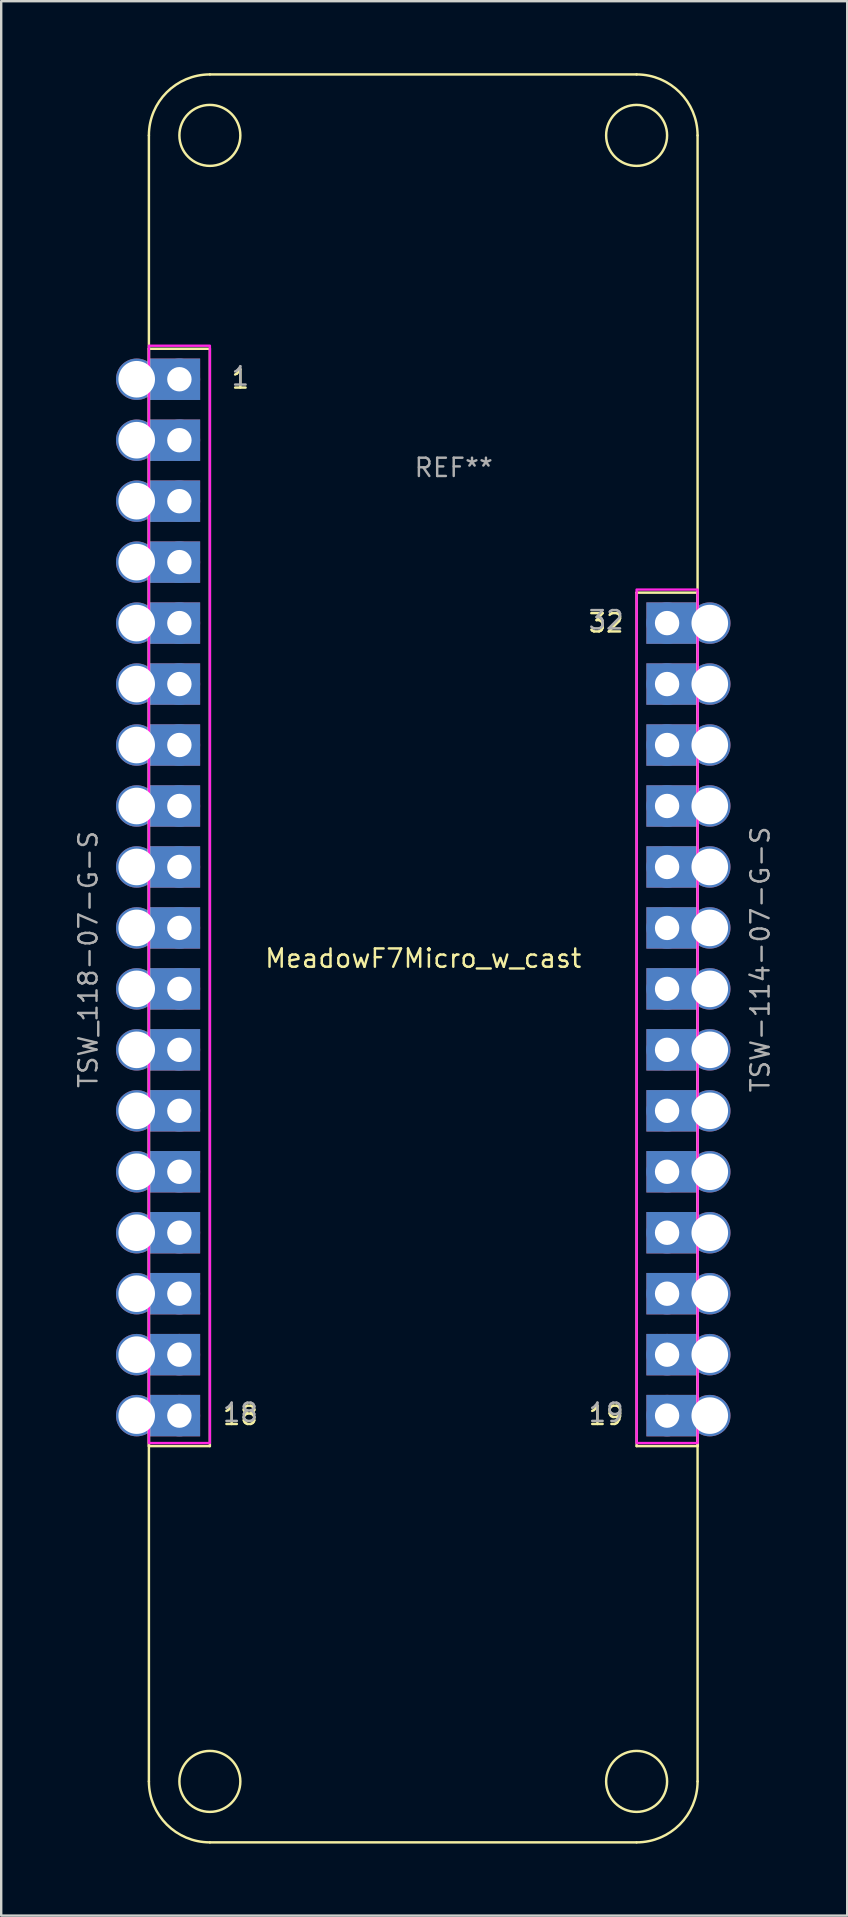
<source format=kicad_pcb>
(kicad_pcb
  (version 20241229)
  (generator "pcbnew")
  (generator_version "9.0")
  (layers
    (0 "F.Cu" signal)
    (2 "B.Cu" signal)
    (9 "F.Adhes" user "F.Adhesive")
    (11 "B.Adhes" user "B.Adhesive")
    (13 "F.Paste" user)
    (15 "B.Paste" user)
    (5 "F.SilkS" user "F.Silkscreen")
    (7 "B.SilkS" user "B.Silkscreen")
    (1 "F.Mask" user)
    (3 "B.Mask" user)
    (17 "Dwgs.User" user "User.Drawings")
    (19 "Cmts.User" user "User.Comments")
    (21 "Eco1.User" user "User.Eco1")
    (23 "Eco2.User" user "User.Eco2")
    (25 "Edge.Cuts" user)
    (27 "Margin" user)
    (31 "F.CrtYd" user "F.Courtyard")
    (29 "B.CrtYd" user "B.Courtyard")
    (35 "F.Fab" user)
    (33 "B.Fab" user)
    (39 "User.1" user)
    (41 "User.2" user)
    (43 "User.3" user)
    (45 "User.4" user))
  (footprint "MeadowF7Micro_w_cast"
    (layer "F.Cu")
    (at 4.424 12.624)
    (property "Reference" "MeadowF7Micro_w_cast" (at 10.16 24.257 0) (layer "F.SilkS") (effects (font (size 0.762 0.762) (thickness 0.102))))
    (attr through_hole)
    (fp_line (start -1.27 -10.033) (end -1.27 58.547) (stroke (width 0.102) (type solid)) (layer "F.SilkS"))
    (fp_line (start -1.27 -1.143) (end -1.27 44.577) (stroke (width 0.102) (type solid)) (layer "F.SilkS"))
    (fp_line (start -1.27 44.577) (end 1.27 44.577) (stroke (width 0.102) (type solid)) (layer "F.SilkS"))
    (fp_line (start 1.27 -1.143) (end -1.27 -1.143) (stroke (width 0.102) (type solid)) (layer "F.SilkS"))
    (fp_line (start 1.27 44.577) (end 1.27 -1.143) (stroke (width 0.102) (type solid)) (layer "F.SilkS"))
    (fp_line (start 1.27 61.087) (end 19.05 61.087) (stroke (width 0.102) (type solid)) (layer "F.SilkS"))
    (fp_line (start 19.05 -12.573) (end 1.27 -12.573) (stroke (width 0.102) (type solid)) (layer "F.SilkS"))
    (fp_line (start 19.05 9.017) (end 19.05 44.577) (stroke (width 0.102) (type solid)) (layer "F.SilkS"))
    (fp_line (start 19.05 44.577) (end 21.59 44.577) (stroke (width 0.102) (type solid)) (layer "F.SilkS"))
    (fp_line (start 21.59 9.017) (end 19.05 9.017) (stroke (width 0.102) (type solid)) (layer "F.SilkS"))
    (fp_line (start 21.59 44.577) (end 21.59 9.017) (stroke (width 0.102) (type solid)) (layer "F.SilkS"))
    (fp_line (start 21.59 58.547) (end 21.59 -10.033) (stroke (width 0.102) (type solid)) (layer "F.SilkS"))
    (fp_arc (start -1.27 -10.033) (mid -0.526051 -11.829051) (end 1.27 -12.573) (stroke (width 0.1016) (type solid)) (layer "F.SilkS"))
    (fp_arc (start 1.27 61.087) (mid -0.526051 60.343051) (end -1.27 58.547) (stroke (width 0.1016) (type solid)) (layer "F.SilkS"))
    (fp_arc (start 19.05 -12.573) (mid 20.846051 -11.829051) (end 21.59 -10.033) (stroke (width 0.1016) (type solid)) (layer "F.SilkS"))
    (fp_arc (start 21.59 58.547) (mid 20.846051 60.343051) (end 19.05 61.087) (stroke (width 0.1016) (type solid)) (layer "F.SilkS"))
    (fp_circle (center 1.27 -10.033) (end 2.54 -10.033) (stroke (width 0.102) (type solid)) (fill no) (layer "F.SilkS"))
    (fp_circle (center 1.27 58.547) (end 2.54 58.547) (stroke (width 0.102) (type solid)) (fill no) (layer "F.SilkS"))
    (fp_circle (center 19.05 -10.033) (end 20.32 -10.033) (stroke (width 0.102) (type solid)) (fill no) (layer "F.SilkS"))
    (fp_circle (center 19.05 58.547) (end 20.32 58.547) (stroke (width 0.102) (type solid)) (fill no) (layer "F.SilkS"))
    (fp_poly (pts (xy 1.27 44.45) (xy -1.27 44.45) (xy -1.27 -1.27) (xy 1.27 -1.27)) (stroke (width 0.1) (type solid)) (fill no) (layer "F.CrtYd"))
    (fp_poly (pts (xy 21.59 44.45) (xy 19.05 44.45) (xy 19.05 8.89) (xy 21.59 8.89)) (stroke (width 0.1) (type solid)) (fill no) (layer "F.CrtYd"))
    (fp_text user "18" (at 2.54 43.307 0) (layer "F.SilkS") (effects (font (size 0.762 0.762) (thickness 0.102))))
    (fp_text user "19" (at 17.78 43.307 0) (layer "F.SilkS") (effects (font (size 0.762 0.762) (thickness 0.102))))
    (fp_text user "32" (at 17.78 10.287 0) (layer "F.SilkS") (effects (font (size 0.762 0.762) (thickness 0.102))))
    (fp_text user "1" (at 2.54 0.127 0) (layer "F.SilkS") (effects (font (size 0.762 0.762) (thickness 0.102))))
    (fp_text user "32" (at 17.78 10.16 0) (layer "F.Fab") (effects (font (size 0.762 0.762) (thickness 0.102))))
    (fp_text user "19" (at 17.78 43.18 0) (layer "F.Fab") (effects (font (size 0.762 0.762) (thickness 0.102))))
    (fp_text user "REF**" (at 11.43 3.81 0) (layer "F.Fab") (effects (font (size 0.762 0.762) (thickness 0.102))))
    (fp_text user "TSW-114-07-G-S" (at 24.2 24.3 90) (layer "F.Fab") (effects (font (size 0.762 0.762) (thickness 0.102))))
    (fp_text user "TSW_118-07-G-S" (at -3.8 24.3 90) (layer "F.Fab") (effects (font (size 0.762 0.762) (thickness 0.102))))
    (fp_text user "1" (at 2.54 0 0) (layer "F.Fab") (effects (font (size 0.762 0.762) (thickness 0.102))))
    (fp_text user "18" (at 2.54 43.18 0) (layer "F.Fab") (effects (font (size 0.762 0.762) (thickness 0.102))))
    (pad "1" thru_hole circle (at -1.778 0.127) (size 1.727 1.727) (drill 1.524) (layers "*.Cu" "*.Mask"))
    (pad "1" smd rect (at -0.203 0.127) (size 2.134 1.727) (layers "F.Cu" "F.Mask"))
    (pad "1" smd rect (at -0.203 0.127) (size 2.134 1.727) (layers "B.Cu" "B.Mask" "B.Paste"))
    (pad "1" thru_hole circle (at 0 0.127) (size 1.727 1.727) (drill 1.016) (layers "*.Cu" "*.Mask"))
    (pad "2" thru_hole circle (at -1.778 2.667) (size 1.727 1.727) (drill 1.524) (layers "*.Cu" "*.Mask"))
    (pad "2" smd rect (at -0.203 2.667) (size 2.134 1.727) (layers "F.Cu" "F.Mask"))
    (pad "2" smd rect (at -0.203 2.667) (size 2.134 1.727) (layers "B.Cu" "B.Mask" "B.Paste"))
    (pad "2" thru_hole circle (at 0 2.667) (size 1.727 1.727) (drill 1.016) (layers "*.Cu" "*.Mask"))
    (pad "3" thru_hole circle (at -1.778 5.207) (size 1.727 1.727) (drill 1.524) (layers "*.Cu" "*.Mask"))
    (pad "3" smd rect (at -0.203 5.207) (size 2.134 1.727) (layers "F.Cu" "F.Mask"))
    (pad "3" smd rect (at -0.203 5.207) (size 2.134 1.727) (layers "B.Cu" "B.Mask" "B.Paste"))
    (pad "3" thru_hole circle (at 0 5.207) (size 1.727 1.727) (drill 1.016) (layers "*.Cu" "*.Mask"))
    (pad "4" thru_hole circle (at -1.778 7.747) (size 1.727 1.727) (drill 1.524) (layers "*.Cu" "*.Mask"))
    (pad "4" smd rect (at -0.203 7.747) (size 2.134 1.727) (layers "F.Cu" "F.Mask"))
    (pad "4" smd rect (at -0.203 7.747) (size 2.134 1.727) (layers "B.Cu" "B.Mask" "B.Paste"))
    (pad "4" thru_hole circle (at 0 7.747) (size 1.727 1.727) (drill 1.016) (layers "*.Cu" "*.Mask"))
    (pad "5" thru_hole circle (at -1.778 10.287) (size 1.727 1.727) (drill 1.524) (layers "*.Cu" "*.Mask"))
    (pad "5" smd rect (at -0.203 10.287) (size 2.134 1.727) (layers "F.Cu" "F.Mask"))
    (pad "5" smd rect (at -0.203 10.287) (size 2.134 1.727) (layers "B.Cu" "B.Mask" "B.Paste"))
    (pad "5" thru_hole circle (at 0 10.287) (size 1.727 1.727) (drill 1.016) (layers "*.Cu" "*.Mask"))
    (pad "6" thru_hole circle (at -1.778 12.827) (size 1.727 1.727) (drill 1.524) (layers "*.Cu" "*.Mask"))
    (pad "6" smd rect (at -0.203 12.827) (size 2.134 1.727) (layers "F.Cu" "F.Mask"))
    (pad "6" smd rect (at -0.203 12.827) (size 2.134 1.727) (layers "B.Cu" "B.Mask" "B.Paste"))
    (pad "6" thru_hole circle (at 0 12.827) (size 1.727 1.727) (drill 1.016) (layers "*.Cu" "*.Mask"))
    (pad "7" thru_hole circle (at -1.778 15.367) (size 1.727 1.727) (drill 1.524) (layers "*.Cu" "*.Mask"))
    (pad "7" smd rect (at -0.203 15.367) (size 2.134 1.727) (layers "F.Cu" "F.Mask"))
    (pad "7" smd rect (at -0.203 15.367) (size 2.134 1.727) (layers "B.Cu" "B.Mask" "B.Paste"))
    (pad "7" thru_hole circle (at 0 15.367) (size 1.727 1.727) (drill 1.016) (layers "*.Cu" "*.Mask"))
    (pad "8" thru_hole circle (at -1.778 17.907) (size 1.727 1.727) (drill 1.524) (layers "*.Cu" "*.Mask"))
    (pad "8" smd rect (at -0.203 17.907) (size 2.134 1.727) (layers "F.Cu" "F.Mask"))
    (pad "8" smd rect (at -0.203 17.907) (size 2.134 1.727) (layers "B.Cu" "B.Mask" "B.Paste"))
    (pad "8" thru_hole circle (at 0 17.907) (size 1.727 1.727) (drill 1.016) (layers "*.Cu" "*.Mask"))
    (pad "9" thru_hole circle (at -1.778 20.447) (size 1.727 1.727) (drill 1.524) (layers "*.Cu" "*.Mask"))
    (pad "9" smd rect (at -0.203 20.447) (size 2.134 1.727) (layers "F.Cu" "F.Mask"))
    (pad "9" smd rect (at -0.203 20.447) (size 2.134 1.727) (layers "B.Cu" "B.Mask" "B.Paste"))
    (pad "9" thru_hole circle (at 0 20.447) (size 1.727 1.727) (drill 1.016) (layers "*.Cu" "*.Mask"))
    (pad "10" thru_hole circle (at -1.778 22.987) (size 1.727 1.727) (drill 1.524) (layers "*.Cu" "*.Mask"))
    (pad "10" smd rect (at -0.203 22.987) (size 2.134 1.727) (layers "F.Cu" "F.Mask"))
    (pad "10" smd rect (at -0.203 22.987) (size 2.134 1.727) (layers "B.Cu" "B.Mask" "B.Paste"))
    (pad "10" thru_hole circle (at 0 22.987) (size 1.727 1.727) (drill 1.016) (layers "*.Cu" "*.Mask"))
    (pad "11" thru_hole circle (at -1.778 25.527) (size 1.727 1.727) (drill 1.524) (layers "*.Cu" "*.Mask"))
    (pad "11" smd rect (at -0.203 25.527) (size 2.134 1.727) (layers "F.Cu" "F.Mask"))
    (pad "11" smd rect (at -0.203 25.527) (size 2.134 1.727) (layers "B.Cu" "B.Mask" "B.Paste"))
    (pad "11" thru_hole circle (at 0 25.527) (size 1.727 1.727) (drill 1.016) (layers "*.Cu" "*.Mask"))
    (pad "12" thru_hole circle (at -1.778 28.067) (size 1.727 1.727) (drill 1.524) (layers "*.Cu" "*.Mask"))
    (pad "12" smd rect (at -0.203 28.067) (size 2.134 1.727) (layers "F.Cu" "F.Mask"))
    (pad "12" smd rect (at -0.203 28.067) (size 2.134 1.727) (layers "B.Cu" "B.Mask" "B.Paste"))
    (pad "12" thru_hole circle (at 0 28.067) (size 1.727 1.727) (drill 1.016) (layers "*.Cu" "*.Mask"))
    (pad "13" thru_hole circle (at -1.778 30.607) (size 1.727 1.727) (drill 1.524) (layers "*.Cu" "*.Mask"))
    (pad "13" smd rect (at -0.203 30.607) (size 2.134 1.727) (layers "F.Cu" "F.Mask"))
    (pad "13" smd rect (at -0.203 30.607) (size 2.134 1.727) (layers "B.Cu" "B.Mask" "B.Paste"))
    (pad "13" thru_hole circle (at 0 30.607) (size 1.727 1.727) (drill 1.016) (layers "*.Cu" "*.Mask"))
    (pad "14" thru_hole circle (at -1.778 33.147) (size 1.727 1.727) (drill 1.524) (layers "*.Cu" "*.Mask"))
    (pad "14" smd rect (at -0.203 33.147) (size 2.134 1.727) (layers "F.Cu" "F.Mask"))
    (pad "14" smd rect (at -0.203 33.147) (size 2.134 1.727) (layers "B.Cu" "B.Mask" "B.Paste"))
    (pad "14" thru_hole circle (at 0 33.147) (size 1.727 1.727) (drill 1.016) (layers "*.Cu" "*.Mask"))
    (pad "15" thru_hole circle (at -1.778 35.687) (size 1.727 1.727) (drill 1.524) (layers "*.Cu" "*.Mask"))
    (pad "15" smd rect (at -0.203 35.687) (size 2.134 1.727) (layers "F.Cu" "F.Mask"))
    (pad "15" smd rect (at -0.203 35.687) (size 2.134 1.727) (layers "B.Cu" "B.Mask" "B.Paste"))
    (pad "15" thru_hole circle (at 0 35.687) (size 1.727 1.727) (drill 1.016) (layers "*.Cu" "*.Mask"))
    (pad "16" thru_hole circle (at -1.778 38.227) (size 1.727 1.727) (drill 1.524) (layers "*.Cu" "*.Mask"))
    (pad "16" smd rect (at -0.203 38.227) (size 2.134 1.727) (layers "F.Cu" "F.Mask"))
    (pad "16" smd rect (at -0.203 38.227) (size 2.134 1.727) (layers "B.Cu" "B.Mask" "B.Paste"))
    (pad "16" thru_hole circle (at 0 38.227) (size 1.727 1.727) (drill 1.016) (layers "*.Cu" "*.Mask"))
    (pad "17" thru_hole circle (at -1.778 40.767) (size 1.727 1.727) (drill 1.524) (layers "*.Cu" "*.Mask"))
    (pad "17" smd rect (at -0.203 40.767) (size 2.134 1.727) (layers "F.Cu" "F.Mask"))
    (pad "17" smd rect (at -0.203 40.767) (size 2.134 1.727) (layers "B.Cu" "B.Mask" "B.Paste"))
    (pad "17" thru_hole circle (at 0 40.767) (size 1.727 1.727) (drill 1.016) (layers "*.Cu" "*.Mask"))
    (pad "18" thru_hole circle (at -1.778 43.307) (size 1.727 1.727) (drill 1.524) (layers "*.Cu" "*.Mask"))
    (pad "18" smd rect (at -0.203 43.307) (size 2.134 1.727) (layers "F.Cu" "F.Mask"))
    (pad "18" smd rect (at -0.203 43.307) (size 2.134 1.727) (layers "B.Cu" "B.Mask" "B.Paste"))
    (pad "18" thru_hole circle (at 0 43.307) (size 1.727 1.727) (drill 1.016) (layers "*.Cu" "*.Mask"))
    (pad "19" thru_hole circle (at 20.32 43.307 180) (size 1.727 1.727) (drill 1.016) (layers "*.Cu" "*.Mask"))
    (pad "19" smd rect (at 20.523 43.307 180) (size 2.134 1.727) (layers "F.Cu" "F.Mask"))
    (pad "19" smd rect (at 20.523 43.307 180) (size 2.134 1.727) (layers "B.Cu" "B.Mask" "B.Paste"))
    (pad "19" thru_hole circle (at 22.098 43.307 180) (size 1.727 1.727) (drill 1.524) (layers "*.Cu" "*.Mask"))
    (pad "20" thru_hole circle (at 20.32 40.767 180) (size 1.727 1.727) (drill 1.016) (layers "*.Cu" "*.Mask"))
    (pad "20" smd rect (at 20.523 40.767 180) (size 2.134 1.727) (layers "F.Cu" "F.Mask"))
    (pad "20" smd rect (at 20.523 40.767 180) (size 2.134 1.727) (layers "B.Cu" "B.Mask" "B.Paste"))
    (pad "20" thru_hole circle (at 22.098 40.767 180) (size 1.727 1.727) (drill 1.524) (layers "*.Cu" "*.Mask"))
    (pad "21" thru_hole circle (at 20.32 38.227 180) (size 1.727 1.727) (drill 1.016) (layers "*.Cu" "*.Mask"))
    (pad "21" smd rect (at 20.523 38.227 180) (size 2.134 1.727) (layers "F.Cu" "F.Mask"))
    (pad "21" smd rect (at 20.523 38.227 180) (size 2.134 1.727) (layers "B.Cu" "B.Mask" "B.Paste"))
    (pad "21" thru_hole circle (at 22.098 38.227 180) (size 1.727 1.727) (drill 1.524) (layers "*.Cu" "*.Mask"))
    (pad "22" thru_hole circle (at 20.32 35.687 180) (size 1.727 1.727) (drill 1.016) (layers "*.Cu" "*.Mask"))
    (pad "22" smd rect (at 20.523 35.687 180) (size 2.134 1.727) (layers "F.Cu" "F.Mask"))
    (pad "22" smd rect (at 20.523 35.687 180) (size 2.134 1.727) (layers "B.Cu" "B.Mask" "B.Paste"))
    (pad "22" thru_hole circle (at 22.098 35.687 180) (size 1.727 1.727) (drill 1.524) (layers "*.Cu" "*.Mask"))
    (pad "23" thru_hole circle (at 20.32 33.147 180) (size 1.727 1.727) (drill 1.016) (layers "*.Cu" "*.Mask"))
    (pad "23" smd rect (at 20.523 33.147 180) (size 2.134 1.727) (layers "F.Cu" "F.Mask"))
    (pad "23" smd rect (at 20.523 33.147 180) (size 2.134 1.727) (layers "B.Cu" "B.Mask" "B.Paste"))
    (pad "23" thru_hole circle (at 22.098 33.147 180) (size 1.727 1.727) (drill 1.524) (layers "*.Cu" "*.Mask"))
    (pad "24" thru_hole circle (at 20.32 30.607 180) (size 1.727 1.727) (drill 1.016) (layers "*.Cu" "*.Mask"))
    (pad "24" smd rect (at 20.523 30.607 180) (size 2.134 1.727) (layers "F.Cu" "F.Mask"))
    (pad "24" smd rect (at 20.523 30.607 180) (size 2.134 1.727) (layers "B.Cu" "B.Mask" "B.Paste"))
    (pad "24" thru_hole circle (at 22.098 30.607 180) (size 1.727 1.727) (drill 1.524) (layers "*.Cu" "*.Mask"))
    (pad "25" thru_hole circle (at 20.32 28.067 180) (size 1.727 1.727) (drill 1.016) (layers "*.Cu" "*.Mask"))
    (pad "25" smd rect (at 20.523 28.067 180) (size 2.134 1.727) (layers "F.Cu" "F.Mask"))
    (pad "25" smd rect (at 20.523 28.067 180) (size 2.134 1.727) (layers "B.Cu" "B.Mask" "B.Paste"))
    (pad "25" thru_hole circle (at 22.098 28.067 180) (size 1.727 1.727) (drill 1.524) (layers "*.Cu" "*.Mask"))
    (pad "26" thru_hole circle (at 20.32 25.527 180) (size 1.727 1.727) (drill 1.016) (layers "*.Cu" "*.Mask"))
    (pad "26" smd rect (at 20.523 25.527 180) (size 2.134 1.727) (layers "F.Cu" "F.Mask"))
    (pad "26" smd rect (at 20.523 25.527 180) (size 2.134 1.727) (layers "B.Cu" "B.Mask" "B.Paste"))
    (pad "26" thru_hole circle (at 22.098 25.527 180) (size 1.727 1.727) (drill 1.524) (layers "*.Cu" "*.Mask"))
    (pad "27" thru_hole circle (at 20.32 22.987 180) (size 1.727 1.727) (drill 1.016) (layers "*.Cu" "*.Mask"))
    (pad "27" smd rect (at 20.523 22.987 180) (size 2.134 1.727) (layers "F.Cu" "F.Mask"))
    (pad "27" smd rect (at 20.523 22.987 180) (size 2.134 1.727) (layers "B.Cu" "B.Mask" "B.Paste"))
    (pad "27" thru_hole circle (at 22.098 22.987 180) (size 1.727 1.727) (drill 1.524) (layers "*.Cu" "*.Mask"))
    (pad "28" thru_hole circle (at 20.32 20.447 180) (size 1.727 1.727) (drill 1.016) (layers "*.Cu" "*.Mask"))
    (pad "28" smd rect (at 20.523 20.447 180) (size 2.134 1.727) (layers "F.Cu" "F.Mask"))
    (pad "28" smd rect (at 20.523 20.447 180) (size 2.134 1.727) (layers "B.Cu" "B.Mask" "B.Paste"))
    (pad "28" thru_hole circle (at 22.098 20.447 180) (size 1.727 1.727) (drill 1.524) (layers "*.Cu" "*.Mask"))
    (pad "29" thru_hole circle (at 20.32 17.907 180) (size 1.727 1.727) (drill 1.016) (layers "*.Cu" "*.Mask"))
    (pad "29" smd rect (at 20.523 17.907 180) (size 2.134 1.727) (layers "F.Cu" "F.Mask"))
    (pad "29" smd rect (at 20.523 17.907 180) (size 2.134 1.727) (layers "B.Cu" "B.Mask" "B.Paste"))
    (pad "29" thru_hole circle (at 22.098 17.907 180) (size 1.727 1.727) (drill 1.524) (layers "*.Cu" "*.Mask"))
    (pad "30" thru_hole circle (at 20.32 15.367 180) (size 1.727 1.727) (drill 1.016) (layers "*.Cu" "*.Mask"))
    (pad "30" smd rect (at 20.523 15.367 180) (size 2.134 1.727) (layers "F.Cu" "F.Mask"))
    (pad "30" smd rect (at 20.523 15.367 180) (size 2.134 1.727) (layers "B.Cu" "B.Mask" "B.Paste"))
    (pad "30" thru_hole circle (at 22.098 15.367 180) (size 1.727 1.727) (drill 1.524) (layers "*.Cu" "*.Mask"))
    (pad "31" thru_hole circle (at 20.32 12.827 180) (size 1.727 1.727) (drill 1.016) (layers "*.Cu" "*.Mask"))
    (pad "31" smd rect (at 20.523 12.827 180) (size 2.134 1.727) (layers "F.Cu" "F.Mask"))
    (pad "31" smd rect (at 20.523 12.827 180) (size 2.134 1.727) (layers "B.Cu" "B.Mask" "B.Paste"))
    (pad "31" thru_hole circle (at 22.098 12.827 180) (size 1.727 1.727) (drill 1.524) (layers "*.Cu" "*.Mask"))
    (pad "32" thru_hole circle (at 20.32 10.287) (size 1.727 1.727) (drill 1.016) (layers "*.Cu" "*.Mask"))
    (pad "32" smd rect (at 20.523 10.287 180) (size 2.134 1.727) (layers "F.Cu" "F.Mask"))
    (pad "32" smd rect (at 20.523 10.287 180) (size 2.134 1.727) (layers "B.Cu" "B.Mask" "B.Paste"))
    (pad "32" thru_hole circle (at 22.098 10.287 180) (size 1.727 1.727) (drill 1.524) (layers "*.Cu" "*.Mask")))
  (gr_rect
    (start -3 -3)
    (end 32.248 76.762)
    (stroke (width 0.1) (type default))
    (fill no)
    (layer "Edge.Cuts")))
</source>
